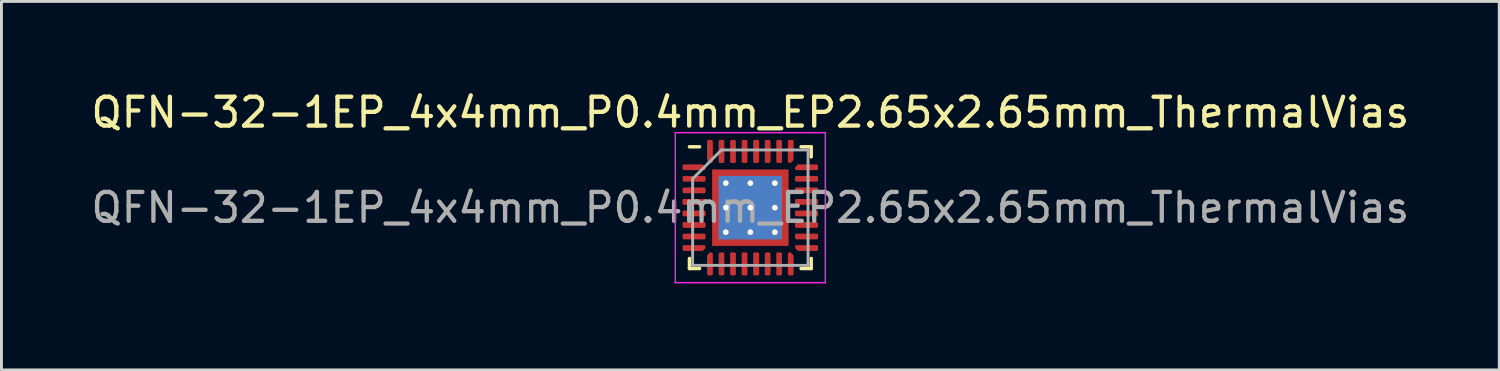
<source format=kicad_pcb>
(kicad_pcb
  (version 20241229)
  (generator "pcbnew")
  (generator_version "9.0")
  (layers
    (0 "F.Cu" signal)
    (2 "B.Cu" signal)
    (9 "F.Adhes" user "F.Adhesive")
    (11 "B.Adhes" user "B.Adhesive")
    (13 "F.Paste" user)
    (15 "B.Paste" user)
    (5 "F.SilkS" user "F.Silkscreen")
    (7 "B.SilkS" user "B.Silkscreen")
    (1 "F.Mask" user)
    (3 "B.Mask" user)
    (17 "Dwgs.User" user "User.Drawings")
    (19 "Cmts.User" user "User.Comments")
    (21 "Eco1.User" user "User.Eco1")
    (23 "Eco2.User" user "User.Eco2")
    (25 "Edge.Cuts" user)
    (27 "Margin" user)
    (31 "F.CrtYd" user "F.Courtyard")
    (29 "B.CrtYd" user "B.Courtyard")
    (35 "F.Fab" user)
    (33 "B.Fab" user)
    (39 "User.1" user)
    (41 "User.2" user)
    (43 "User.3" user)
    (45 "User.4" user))
  (footprint "QFN-32-1EP_4x4mm_P0.4mm_EP2.65x2.65mm_ThermalVias"
    (layer "F.Cu")
    (at 22.958 4.148)
    (property "Reference" "QFN-32-1EP_4x4mm_P0.4mm_EP2.65x2.65mm_ThermalVias" (at 0 -3.3 0) (layer "F.SilkS") (effects (font (size 1 1) (thickness 0.15))))
    (attr smd)
    (fp_line (start -2.11 2.11) (end -2.11 1.76) (stroke (width 0.12) (type solid)) (layer "F.SilkS"))
    (fp_line (start -1.76 -2.11) (end -2.11 -2.11) (stroke (width 0.12) (type solid)) (layer "F.SilkS"))
    (fp_line (start -1.76 2.11) (end -2.11 2.11) (stroke (width 0.12) (type solid)) (layer "F.SilkS"))
    (fp_line (start 1.76 -2.11) (end 2.11 -2.11) (stroke (width 0.12) (type solid)) (layer "F.SilkS"))
    (fp_line (start 1.76 2.11) (end 2.11 2.11) (stroke (width 0.12) (type solid)) (layer "F.SilkS"))
    (fp_line (start 2.11 -2.11) (end 2.11 -1.76) (stroke (width 0.12) (type solid)) (layer "F.SilkS"))
    (fp_line (start 2.11 2.11) (end 2.11 1.76) (stroke (width 0.12) (type solid)) (layer "F.SilkS"))
    (fp_line (start -2.6 -2.6) (end -2.6 2.6) (stroke (width 0.05) (type solid)) (layer "F.CrtYd"))
    (fp_line (start -2.6 2.6) (end 2.6 2.6) (stroke (width 0.05) (type solid)) (layer "F.CrtYd"))
    (fp_line (start 2.6 -2.6) (end -2.6 -2.6) (stroke (width 0.05) (type solid)) (layer "F.CrtYd"))
    (fp_line (start 2.6 2.6) (end 2.6 -2.6) (stroke (width 0.05) (type solid)) (layer "F.CrtYd"))
    (fp_line (start -2 -1) (end -1 -2) (stroke (width 0.1) (type solid)) (layer "F.Fab"))
    (fp_line (start -2 2) (end -2 -1) (stroke (width 0.1) (type solid)) (layer "F.Fab"))
    (fp_line (start -1 -2) (end 2 -2) (stroke (width 0.1) (type solid)) (layer "F.Fab"))
    (fp_line (start 2 -2) (end 2 2) (stroke (width 0.1) (type solid)) (layer "F.Fab"))
    (fp_line (start 2 2) (end -2 2) (stroke (width 0.1) (type solid)) (layer "F.Fab"))
    (fp_text user "${REFERENCE}" (at 0 0 0) (layer "F.Fab") (effects (font (size 1 1) (thickness 0.15))))
    (pad "" smd custom (at -1.087 -1.087) (size 0.248 0.248) (layers "F.Paste") (options (anchor circle)) (primitives (gr_poly (pts (xy -0.096 -0.096) (xy 0.096 -0.096) (xy 0.096 -0.039) (xy -0.039 0.096) (xy -0.096 0.096)) (width 0.191) (fill yes))))
    (pad "" smd custom (at -1.087 -0.425) (size 0.274 0.274) (layers "F.Paste") (options (anchor circle)) (primitives (gr_poly (pts (xy -0.096 -0.247) (xy -0.003 -0.247) (xy 0.096 -0.149) (xy 0.096 0.149) (xy -0.003 0.247) (xy -0.096 0.247)) (width 0.191) (fill yes))))
    (pad "" smd custom (at -1.087 0.425) (size 0.274 0.274) (layers "F.Paste") (options (anchor circle)) (primitives (gr_poly (pts (xy -0.096 -0.247) (xy -0.003 -0.247) (xy 0.096 -0.149) (xy 0.096 0.149) (xy -0.003 0.247) (xy -0.096 0.247)) (width 0.191) (fill yes))))
    (pad "" smd custom (at -1.087 1.087) (size 0.248 0.248) (layers "F.Paste") (options (anchor circle)) (primitives (gr_poly (pts (xy -0.096 -0.096) (xy -0.039 -0.096) (xy 0.096 0.039) (xy 0.096 0.096) (xy -0.096 0.096)) (width 0.191) (fill yes))))
    (pad "" smd custom (at -0.425 -1.087) (size 0.274 0.274) (layers "F.Paste") (options (anchor circle)) (primitives (gr_poly (pts (xy -0.247 -0.096) (xy 0.247 -0.096) (xy 0.247 -0.003) (xy 0.149 0.096) (xy -0.149 0.096) (xy -0.247 -0.003)) (width 0.191) (fill yes))))
    (pad "" smd custom (at -0.425 -0.425) (size 0.602 0.602) (layers "F.Paste") (options (anchor circle)) (primitives (gr_poly (pts (xy -0.259 -0.19) (xy -0.19 -0.259) (xy 0.19 -0.259) (xy 0.259 -0.19) (xy 0.259 0.19) (xy 0.19 0.259) (xy -0.19 0.259) (xy -0.259 0.19)) (width 0.167) (fill yes))))
    (pad "" smd custom (at -0.425 0.425) (size 0.602 0.602) (layers "F.Paste") (options (anchor circle)) (primitives (gr_poly (pts (xy -0.259 -0.19) (xy -0.19 -0.259) (xy 0.19 -0.259) (xy 0.259 -0.19) (xy 0.259 0.19) (xy 0.19 0.259) (xy -0.19 0.259) (xy -0.259 0.19)) (width 0.167) (fill yes))))
    (pad "" smd custom (at -0.425 1.087) (size 0.274 0.274) (layers "F.Paste") (options (anchor circle)) (primitives (gr_poly (pts (xy -0.247 0.003) (xy -0.149 -0.096) (xy 0.149 -0.096) (xy 0.247 0.003) (xy 0.247 0.096) (xy -0.247 0.096)) (width 0.191) (fill yes))))
    (pad "" smd custom (at 0.425 -1.087) (size 0.274 0.274) (layers "F.Paste") (options (anchor circle)) (primitives (gr_poly (pts (xy -0.247 -0.096) (xy 0.247 -0.096) (xy 0.247 -0.003) (xy 0.149 0.096) (xy -0.149 0.096) (xy -0.247 -0.003)) (width 0.191) (fill yes))))
    (pad "" smd custom (at 0.425 -0.425) (size 0.602 0.602) (layers "F.Paste") (options (anchor circle)) (primitives (gr_poly (pts (xy -0.259 -0.19) (xy -0.19 -0.259) (xy 0.19 -0.259) (xy 0.259 -0.19) (xy 0.259 0.19) (xy 0.19 0.259) (xy -0.19 0.259) (xy -0.259 0.19)) (width 0.167) (fill yes))))
    (pad "" smd custom (at 0.425 0.425) (size 0.602 0.602) (layers "F.Paste") (options (anchor circle)) (primitives (gr_poly (pts (xy -0.259 -0.19) (xy -0.19 -0.259) (xy 0.19 -0.259) (xy 0.259 -0.19) (xy 0.259 0.19) (xy 0.19 0.259) (xy -0.19 0.259) (xy -0.259 0.19)) (width 0.167) (fill yes))))
    (pad "" smd custom (at 0.425 1.087) (size 0.274 0.274) (layers "F.Paste") (options (anchor circle)) (primitives (gr_poly (pts (xy -0.247 0.003) (xy -0.149 -0.096) (xy 0.149 -0.096) (xy 0.247 0.003) (xy 0.247 0.096) (xy -0.247 0.096)) (width 0.191) (fill yes))))
    (pad "" smd custom (at 1.087 -1.087) (size 0.248 0.248) (layers "F.Paste") (options (anchor circle)) (primitives (gr_poly (pts (xy -0.096 -0.096) (xy 0.096 -0.096) (xy 0.096 0.096) (xy 0.039 0.096) (xy -0.096 -0.039)) (width 0.191) (fill yes))))
    (pad "" smd custom (at 1.087 -0.425) (size 0.274 0.274) (layers "F.Paste") (options (anchor circle)) (primitives (gr_poly (pts (xy -0.096 -0.149) (xy 0.003 -0.247) (xy 0.096 -0.247) (xy 0.096 0.247) (xy 0.003 0.247) (xy -0.096 0.149)) (width 0.191) (fill yes))))
    (pad "" smd custom (at 1.087 0.425) (size 0.274 0.274) (layers "F.Paste") (options (anchor circle)) (primitives (gr_poly (pts (xy -0.096 -0.149) (xy 0.003 -0.247) (xy 0.096 -0.247) (xy 0.096 0.247) (xy 0.003 0.247) (xy -0.096 0.149)) (width 0.191) (fill yes))))
    (pad "" smd custom (at 1.087 1.087) (size 0.248 0.248) (layers "F.Paste") (options (anchor circle)) (primitives (gr_poly (pts (xy -0.096 0.039) (xy 0.039 -0.096) (xy 0.096 -0.096) (xy 0.096 0.096) (xy -0.096 0.096)) (width 0.191) (fill yes))))
    (pad "1" smd custom (at -1.95 -1.4) (size 0.129 0.129) (layers "F.Cu" "F.Mask" "F.Paste") (options (anchor circle)) (primitives (gr_poly (pts (xy -0.35 -0.05) (xy 0.279 -0.05) (xy 0.35 0.021) (xy 0.35 0.05) (xy -0.35 0.05)) (width 0.1) (fill yes))))
    (pad "2" smd roundrect (at -1.95 -1) (size 0.8 0.2) (layers "F.Cu" "F.Mask" "F.Paste") (roundrect_rratio 0.25))
    (pad "3" smd roundrect (at -1.95 -0.6) (size 0.8 0.2) (layers "F.Cu" "F.Mask" "F.Paste") (roundrect_rratio 0.25))
    (pad "4" smd roundrect (at -1.95 -0.2) (size 0.8 0.2) (layers "F.Cu" "F.Mask" "F.Paste") (roundrect_rratio 0.25))
    (pad "5" smd roundrect (at -1.95 0.2) (size 0.8 0.2) (layers "F.Cu" "F.Mask" "F.Paste") (roundrect_rratio 0.25))
    (pad "6" smd roundrect (at -1.95 0.6) (size 0.8 0.2) (layers "F.Cu" "F.Mask" "F.Paste") (roundrect_rratio 0.25))
    (pad "7" smd roundrect (at -1.95 1) (size 0.8 0.2) (layers "F.Cu" "F.Mask" "F.Paste") (roundrect_rratio 0.25))
    (pad "8" smd custom (at -1.95 1.4) (size 0.129 0.129) (layers "F.Cu" "F.Mask" "F.Paste") (options (anchor circle)) (primitives (gr_poly (pts (xy -0.35 -0.05) (xy 0.35 -0.05) (xy 0.35 -0.021) (xy 0.279 0.05) (xy -0.35 0.05)) (width 0.1) (fill yes))))
    (pad "9" smd custom (at -1.4 1.95) (size 0.129 0.129) (layers "F.Cu" "F.Mask" "F.Paste") (options (anchor circle)) (primitives (gr_poly (pts (xy -0.05 -0.279) (xy 0.021 -0.35) (xy 0.05 -0.35) (xy 0.05 0.35) (xy -0.05 0.35)) (width 0.1) (fill yes))))
    (pad "10" smd roundrect (at -1 1.95) (size 0.2 0.8) (layers "F.Cu" "F.Mask" "F.Paste") (roundrect_rratio 0.25))
    (pad "11" smd roundrect (at -0.6 1.95) (size 0.2 0.8) (layers "F.Cu" "F.Mask" "F.Paste") (roundrect_rratio 0.25))
    (pad "12" smd roundrect (at -0.2 1.95) (size 0.2 0.8) (layers "F.Cu" "F.Mask" "F.Paste") (roundrect_rratio 0.25))
    (pad "13" smd roundrect (at 0.2 1.95) (size 0.2 0.8) (layers "F.Cu" "F.Mask" "F.Paste") (roundrect_rratio 0.25))
    (pad "14" smd roundrect (at 0.6 1.95) (size 0.2 0.8) (layers "F.Cu" "F.Mask" "F.Paste") (roundrect_rratio 0.25))
    (pad "15" smd roundrect (at 1 1.95) (size 0.2 0.8) (layers "F.Cu" "F.Mask" "F.Paste") (roundrect_rratio 0.25))
    (pad "16" smd custom (at 1.4 1.95) (size 0.129 0.129) (layers "F.Cu" "F.Mask" "F.Paste") (options (anchor circle)) (primitives (gr_poly (pts (xy -0.05 -0.35) (xy -0.021 -0.35) (xy 0.05 -0.279) (xy 0.05 0.35) (xy -0.05 0.35)) (width 0.1) (fill yes))))
    (pad "17" smd custom (at 1.95 1.4) (size 0.129 0.129) (layers "F.Cu" "F.Mask" "F.Paste") (options (anchor circle)) (primitives (gr_poly (pts (xy -0.35 -0.05) (xy 0.35 -0.05) (xy 0.35 0.05) (xy -0.279 0.05) (xy -0.35 -0.021)) (width 0.1) (fill yes))))
    (pad "18" smd roundrect (at 1.95 1) (size 0.8 0.2) (layers "F.Cu" "F.Mask" "F.Paste") (roundrect_rratio 0.25))
    (pad "19" smd roundrect (at 1.95 0.6) (size 0.8 0.2) (layers "F.Cu" "F.Mask" "F.Paste") (roundrect_rratio 0.25))
    (pad "20" smd roundrect (at 1.95 0.2) (size 0.8 0.2) (layers "F.Cu" "F.Mask" "F.Paste") (roundrect_rratio 0.25))
    (pad "21" smd roundrect (at 1.95 -0.2) (size 0.8 0.2) (layers "F.Cu" "F.Mask" "F.Paste") (roundrect_rratio 0.25))
    (pad "22" smd roundrect (at 1.95 -0.6) (size 0.8 0.2) (layers "F.Cu" "F.Mask" "F.Paste") (roundrect_rratio 0.25))
    (pad "23" smd roundrect (at 1.95 -1) (size 0.8 0.2) (layers "F.Cu" "F.Mask" "F.Paste") (roundrect_rratio 0.25))
    (pad "24" smd custom (at 1.95 -1.4) (size 0.129 0.129) (layers "F.Cu" "F.Mask" "F.Paste") (options (anchor circle)) (primitives (gr_poly (pts (xy -0.35 0.021) (xy -0.279 -0.05) (xy 0.35 -0.05) (xy 0.35 0.05) (xy -0.35 0.05)) (width 0.1) (fill yes))))
    (pad "25" smd custom (at 1.4 -1.95) (size 0.129 0.129) (layers "F.Cu" "F.Mask" "F.Paste") (options (anchor circle)) (primitives (gr_poly (pts (xy -0.05 -0.35) (xy 0.05 -0.35) (xy 0.05 0.279) (xy -0.021 0.35) (xy -0.05 0.35)) (width 0.1) (fill yes))))
    (pad "26" smd roundrect (at 1 -1.95) (size 0.2 0.8) (layers "F.Cu" "F.Mask" "F.Paste") (roundrect_rratio 0.25))
    (pad "27" smd roundrect (at 0.6 -1.95) (size 0.2 0.8) (layers "F.Cu" "F.Mask" "F.Paste") (roundrect_rratio 0.25))
    (pad "28" smd roundrect (at 0.2 -1.95) (size 0.2 0.8) (layers "F.Cu" "F.Mask" "F.Paste") (roundrect_rratio 0.25))
    (pad "29" smd roundrect (at -0.2 -1.95) (size 0.2 0.8) (layers "F.Cu" "F.Mask" "F.Paste") (roundrect_rratio 0.25))
    (pad "30" smd roundrect (at -0.6 -1.95) (size 0.2 0.8) (layers "F.Cu" "F.Mask" "F.Paste") (roundrect_rratio 0.25))
    (pad "31" smd roundrect (at -1 -1.95) (size 0.2 0.8) (layers "F.Cu" "F.Mask" "F.Paste") (roundrect_rratio 0.25))
    (pad "32" smd custom (at -1.4 -1.95) (size 0.129 0.129) (layers "F.Cu" "F.Mask" "F.Paste") (options (anchor circle)) (primitives (gr_poly (pts (xy -0.05 -0.35) (xy 0.05 -0.35) (xy 0.05 0.35) (xy 0.021 0.35) (xy -0.05 0.279)) (width 0.1) (fill yes))))
    (pad "33" thru_hole circle (at -0.85 -0.85) (size 0.5 0.5) (drill 0.2) (layers "*.Cu"))
    (pad "33" thru_hole circle (at -0.85 0) (size 0.5 0.5) (drill 0.2) (layers "*.Cu"))
    (pad "33" thru_hole circle (at -0.85 0.85) (size 0.5 0.5) (drill 0.2) (layers "*.Cu"))
    (pad "33" thru_hole circle (at 0 -0.85) (size 0.5 0.5) (drill 0.2) (layers "*.Cu"))
    (pad "33" thru_hole circle (at 0 0) (size 0.5 0.5) (drill 0.2) (layers "*.Cu"))
    (pad "33" smd rect (at 0 0) (size 2.2 2.2) (layers "B.Cu"))
    (pad "33" smd rect (at 0 0) (size 2.65 2.65) (layers "F.Cu" "F.Mask"))
    (pad "33" thru_hole circle (at 0 0.85) (size 0.5 0.5) (drill 0.2) (layers "*.Cu"))
    (pad "33" thru_hole circle (at 0.85 -0.85) (size 0.5 0.5) (drill 0.2) (layers "*.Cu"))
    (pad "33" thru_hole circle (at 0.85 0) (size 0.5 0.5) (drill 0.2) (layers "*.Cu"))
    (pad "33" thru_hole circle (at 0.85 0.85) (size 0.5 0.5) (drill 0.2) (layers "*.Cu")))
  (gr_rect
    (start -3 -3)
    (end 48.917 9.773)
    (stroke (width 0.1) (type default))
    (fill no)
    (layer "Edge.Cuts")))
</source>
